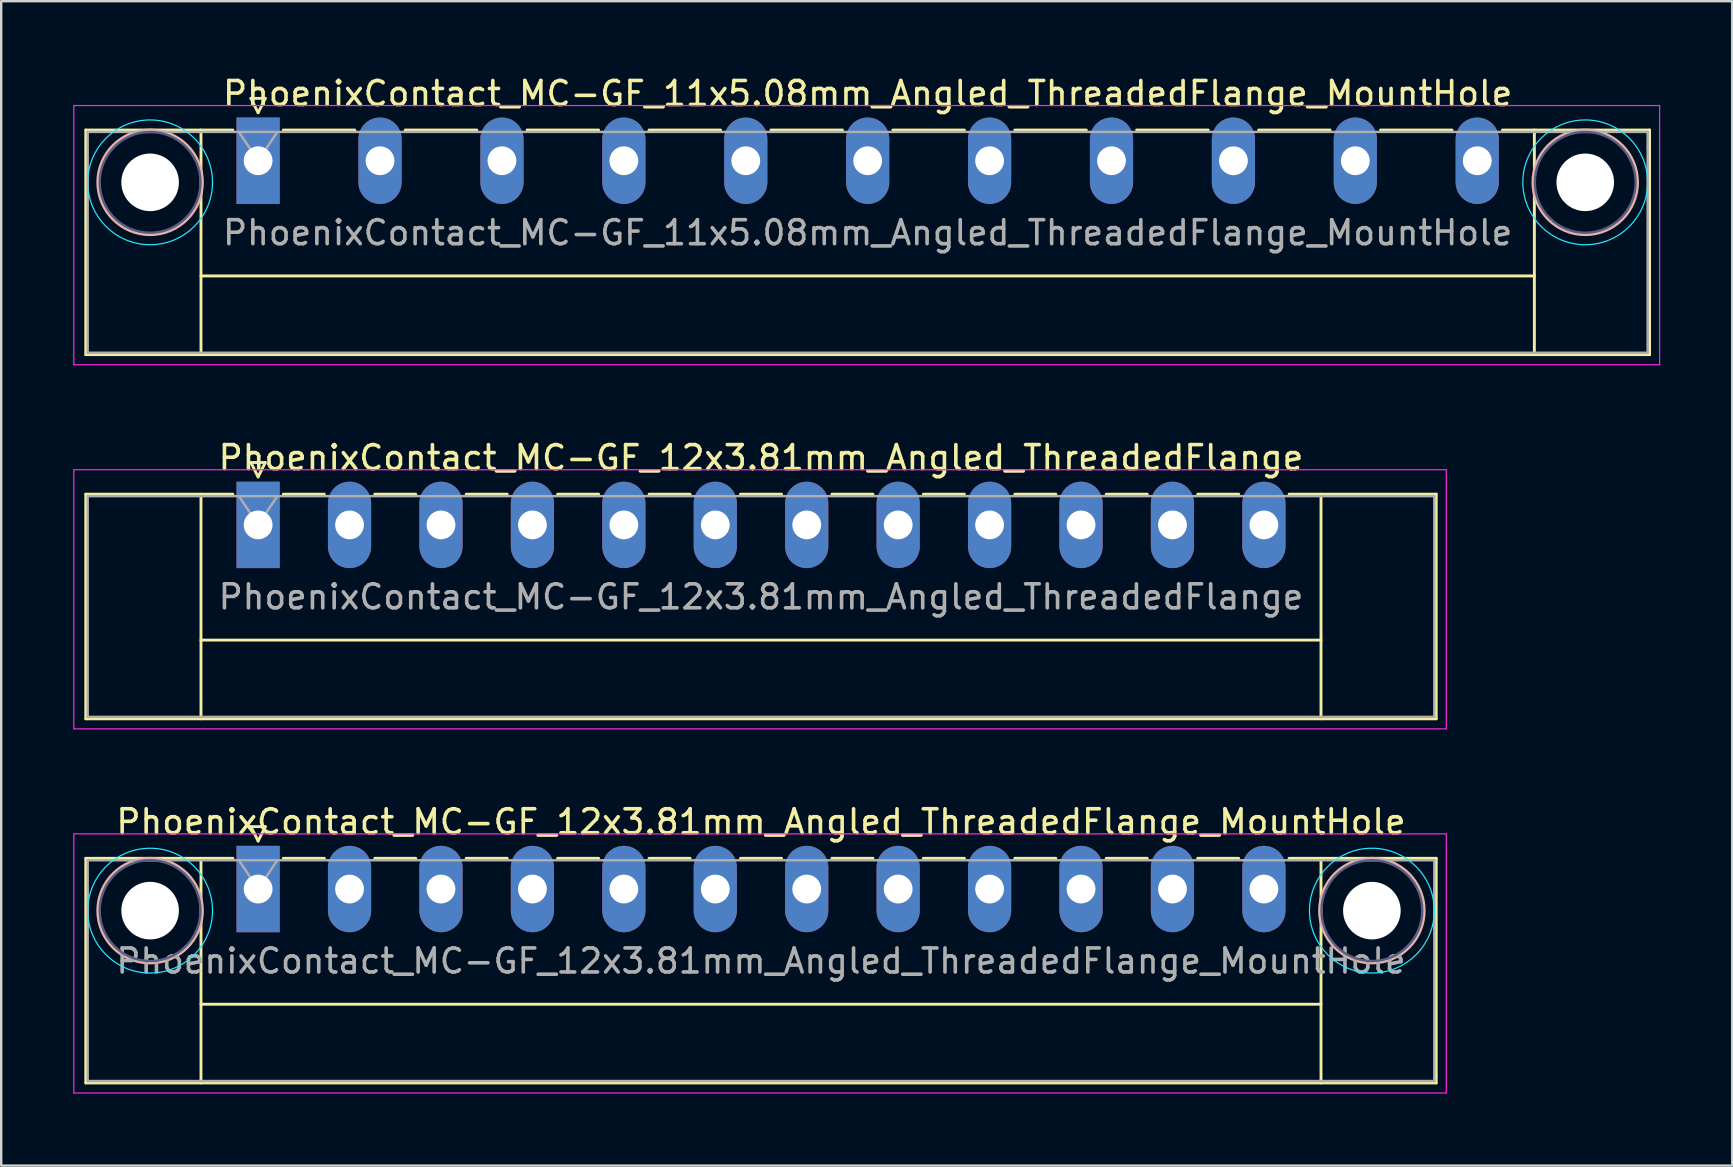
<source format=kicad_pcb>
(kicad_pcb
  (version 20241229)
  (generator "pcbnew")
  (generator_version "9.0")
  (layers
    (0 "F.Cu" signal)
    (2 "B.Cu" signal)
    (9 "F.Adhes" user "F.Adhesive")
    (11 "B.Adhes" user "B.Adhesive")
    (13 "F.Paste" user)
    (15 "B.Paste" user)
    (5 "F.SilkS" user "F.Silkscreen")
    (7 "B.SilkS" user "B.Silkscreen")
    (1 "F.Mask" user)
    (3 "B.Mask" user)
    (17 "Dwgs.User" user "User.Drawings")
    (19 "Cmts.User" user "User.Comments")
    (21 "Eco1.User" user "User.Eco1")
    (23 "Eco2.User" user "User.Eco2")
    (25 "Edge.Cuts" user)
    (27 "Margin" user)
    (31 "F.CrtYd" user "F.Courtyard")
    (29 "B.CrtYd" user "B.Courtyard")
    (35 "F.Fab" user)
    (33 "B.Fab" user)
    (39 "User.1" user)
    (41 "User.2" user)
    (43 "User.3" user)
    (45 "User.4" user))
  (footprint "PhoenixContact_MC-GF_12x3.81mm_Angled_ThreadedFlange"
    (layer "F.Cu")
    (at 7.705 18.822)
    (property "Reference" "PhoenixContact_MC-GF_12x3.81mm_Angled_ThreadedFlange" (at 20.955 -2.8 0) (layer "F.SilkS") (effects (font (size 1 1) (thickness 0.15))))
    (attr through_hole)
    (fp_line (start -7.18 -1.28) (end -7.18 8.08) (stroke (width 0.12) (type solid)) (layer "F.SilkS"))
    (fp_line (start -7.18 -1.28) (end -1.05 -1.28) (stroke (width 0.12) (type solid)) (layer "F.SilkS"))
    (fp_line (start -7.18 8.08) (end 49.09 8.08) (stroke (width 0.12) (type solid)) (layer "F.SilkS"))
    (fp_line (start -2.38 -1.28) (end -2.38 8.08) (stroke (width 0.12) (type solid)) (layer "F.SilkS"))
    (fp_line (start -2.38 4.8) (end 44.29 4.8) (stroke (width 0.12) (type solid)) (layer "F.SilkS"))
    (fp_line (start -0.3 -2.6) (end 0.3 -2.6) (stroke (width 0.12) (type solid)) (layer "F.SilkS"))
    (fp_line (start 0 -2) (end -0.3 -2.6) (stroke (width 0.12) (type solid)) (layer "F.SilkS"))
    (fp_line (start 0.3 -2.6) (end 0 -2) (stroke (width 0.12) (type solid)) (layer "F.SilkS"))
    (fp_line (start 1.05 -1.28) (end 2.76 -1.28) (stroke (width 0.12) (type solid)) (layer "F.SilkS"))
    (fp_line (start 4.86 -1.28) (end 6.57 -1.28) (stroke (width 0.12) (type solid)) (layer "F.SilkS"))
    (fp_line (start 8.67 -1.28) (end 10.38 -1.28) (stroke (width 0.12) (type solid)) (layer "F.SilkS"))
    (fp_line (start 12.48 -1.28) (end 14.19 -1.28) (stroke (width 0.12) (type solid)) (layer "F.SilkS"))
    (fp_line (start 16.29 -1.28) (end 18 -1.28) (stroke (width 0.12) (type solid)) (layer "F.SilkS"))
    (fp_line (start 20.1 -1.28) (end 21.81 -1.28) (stroke (width 0.12) (type solid)) (layer "F.SilkS"))
    (fp_line (start 23.91 -1.28) (end 25.62 -1.28) (stroke (width 0.12) (type solid)) (layer "F.SilkS"))
    (fp_line (start 27.72 -1.28) (end 29.43 -1.28) (stroke (width 0.12) (type solid)) (layer "F.SilkS"))
    (fp_line (start 31.53 -1.28) (end 33.24 -1.28) (stroke (width 0.12) (type solid)) (layer "F.SilkS"))
    (fp_line (start 35.34 -1.28) (end 37.05 -1.28) (stroke (width 0.12) (type solid)) (layer "F.SilkS"))
    (fp_line (start 39.15 -1.28) (end 40.86 -1.28) (stroke (width 0.12) (type solid)) (layer "F.SilkS"))
    (fp_line (start 44.29 -1.28) (end 44.29 8.08) (stroke (width 0.12) (type solid)) (layer "F.SilkS"))
    (fp_line (start 49.09 -1.28) (end 42.96 -1.28) (stroke (width 0.12) (type solid)) (layer "F.SilkS"))
    (fp_line (start 49.09 8.08) (end 49.09 -1.28) (stroke (width 0.12) (type solid)) (layer "F.SilkS"))
    (fp_line (start -7.68 -2.3) (end -7.68 8.5) (stroke (width 0.05) (type solid)) (layer "F.CrtYd"))
    (fp_line (start -7.68 8.5) (end 49.51 8.5) (stroke (width 0.05) (type solid)) (layer "F.CrtYd"))
    (fp_line (start 49.51 -2.3) (end -7.68 -2.3) (stroke (width 0.05) (type solid)) (layer "F.CrtYd"))
    (fp_line (start 49.51 8.5) (end 49.51 -2.3) (stroke (width 0.05) (type solid)) (layer "F.CrtYd"))
    (fp_line (start -7.1 -1.2) (end -7.1 8) (stroke (width 0.1) (type solid)) (layer "F.Fab"))
    (fp_line (start -7.1 8) (end 49.01 8) (stroke (width 0.1) (type solid)) (layer "F.Fab"))
    (fp_line (start 0 0) (end -0.8 -1.2) (stroke (width 0.1) (type solid)) (layer "F.Fab"))
    (fp_line (start 0.8 -1.2) (end 0 0) (stroke (width 0.1) (type solid)) (layer "F.Fab"))
    (fp_line (start 49.01 -1.2) (end -7.1 -1.2) (stroke (width 0.1) (type solid)) (layer "F.Fab"))
    (fp_line (start 49.01 8) (end 49.01 -1.2) (stroke (width 0.1) (type solid)) (layer "F.Fab"))
    (fp_text user "${REFERENCE}" (at 20.955 3 0) (layer "F.Fab") (effects (font (size 1 1) (thickness 0.15))))
    (pad "1" thru_hole rect (at 0 0) (size 1.8 3.6) (drill 1.2) (layers "*.Cu" "*.Mask"))
    (pad "2" thru_hole oval (at 3.81 0) (size 1.8 3.6) (drill 1.2) (layers "*.Cu" "*.Mask"))
    (pad "3" thru_hole oval (at 7.62 0) (size 1.8 3.6) (drill 1.2) (layers "*.Cu" "*.Mask"))
    (pad "4" thru_hole oval (at 11.43 0) (size 1.8 3.6) (drill 1.2) (layers "*.Cu" "*.Mask"))
    (pad "5" thru_hole oval (at 15.24 0) (size 1.8 3.6) (drill 1.2) (layers "*.Cu" "*.Mask"))
    (pad "6" thru_hole oval (at 19.05 0) (size 1.8 3.6) (drill 1.2) (layers "*.Cu" "*.Mask"))
    (pad "7" thru_hole oval (at 22.86 0) (size 1.8 3.6) (drill 1.2) (layers "*.Cu" "*.Mask"))
    (pad "8" thru_hole oval (at 26.67 0) (size 1.8 3.6) (drill 1.2) (layers "*.Cu" "*.Mask"))
    (pad "9" thru_hole oval (at 30.48 0) (size 1.8 3.6) (drill 1.2) (layers "*.Cu" "*.Mask"))
    (pad "10" thru_hole oval (at 34.29 0) (size 1.8 3.6) (drill 1.2) (layers "*.Cu" "*.Mask"))
    (pad "11" thru_hole oval (at 38.1 0) (size 1.8 3.6) (drill 1.2) (layers "*.Cu" "*.Mask"))
    (pad "12" thru_hole oval (at 41.91 0) (size 1.8 3.6) (drill 1.2) (layers "*.Cu" "*.Mask")))
  (footprint "PhoenixContact_MC-GF_12x3.81mm_Angled_ThreadedFlange_MountHole"
    (layer "F.Cu")
    (at 7.705 33.995)
    (property "Reference" "PhoenixContact_MC-GF_12x3.81mm_Angled_ThreadedFlange_MountHole" (at 20.955 -2.8 0) (layer "F.SilkS") (effects (font (size 1 1) (thickness 0.15))))
    (attr through_hole)
    (fp_line (start -7.18 -1.28) (end -7.18 8.08) (stroke (width 0.12) (type solid)) (layer "F.SilkS"))
    (fp_line (start -7.18 -1.28) (end -1.05 -1.28) (stroke (width 0.12) (type solid)) (layer "F.SilkS"))
    (fp_line (start -7.18 8.08) (end 49.09 8.08) (stroke (width 0.12) (type solid)) (layer "F.SilkS"))
    (fp_line (start -2.38 -1.28) (end -2.38 8.08) (stroke (width 0.12) (type solid)) (layer "F.SilkS"))
    (fp_line (start -2.38 4.8) (end 44.29 4.8) (stroke (width 0.12) (type solid)) (layer "F.SilkS"))
    (fp_line (start -0.3 -2.6) (end 0.3 -2.6) (stroke (width 0.12) (type solid)) (layer "F.SilkS"))
    (fp_line (start 0 -2) (end -0.3 -2.6) (stroke (width 0.12) (type solid)) (layer "F.SilkS"))
    (fp_line (start 0.3 -2.6) (end 0 -2) (stroke (width 0.12) (type solid)) (layer "F.SilkS"))
    (fp_line (start 1.05 -1.28) (end 2.76 -1.28) (stroke (width 0.12) (type solid)) (layer "F.SilkS"))
    (fp_line (start 4.86 -1.28) (end 6.57 -1.28) (stroke (width 0.12) (type solid)) (layer "F.SilkS"))
    (fp_line (start 8.67 -1.28) (end 10.38 -1.28) (stroke (width 0.12) (type solid)) (layer "F.SilkS"))
    (fp_line (start 12.48 -1.28) (end 14.19 -1.28) (stroke (width 0.12) (type solid)) (layer "F.SilkS"))
    (fp_line (start 16.29 -1.28) (end 18 -1.28) (stroke (width 0.12) (type solid)) (layer "F.SilkS"))
    (fp_line (start 20.1 -1.28) (end 21.81 -1.28) (stroke (width 0.12) (type solid)) (layer "F.SilkS"))
    (fp_line (start 23.91 -1.28) (end 25.62 -1.28) (stroke (width 0.12) (type solid)) (layer "F.SilkS"))
    (fp_line (start 27.72 -1.28) (end 29.43 -1.28) (stroke (width 0.12) (type solid)) (layer "F.SilkS"))
    (fp_line (start 31.53 -1.28) (end 33.24 -1.28) (stroke (width 0.12) (type solid)) (layer "F.SilkS"))
    (fp_line (start 35.34 -1.28) (end 37.05 -1.28) (stroke (width 0.12) (type solid)) (layer "F.SilkS"))
    (fp_line (start 39.15 -1.28) (end 40.86 -1.28) (stroke (width 0.12) (type solid)) (layer "F.SilkS"))
    (fp_line (start 44.29 -1.28) (end 44.29 8.08) (stroke (width 0.12) (type solid)) (layer "F.SilkS"))
    (fp_line (start 49.09 -1.28) (end 42.96 -1.28) (stroke (width 0.12) (type solid)) (layer "F.SilkS"))
    (fp_line (start 49.09 8.08) (end 49.09 -1.28) (stroke (width 0.12) (type solid)) (layer "F.SilkS"))
    (fp_circle (center -4.5 0.9) (end -2.32 0.9) (stroke (width 0.12) (type solid)) (fill no) (layer "B.SilkS"))
    (fp_circle (center 46.41 0.9) (end 48.59 0.9) (stroke (width 0.12) (type solid)) (fill no) (layer "B.SilkS"))
    (fp_circle (center -4.5 0.9) (end -1.9 0.9) (stroke (width 0.05) (type solid)) (fill no) (layer "B.CrtYd"))
    (fp_circle (center 46.41 0.9) (end 49.01 0.9) (stroke (width 0.05) (type solid)) (fill no) (layer "B.CrtYd"))
    (fp_line (start -7.68 -2.3) (end -7.68 8.5) (stroke (width 0.05) (type solid)) (layer "F.CrtYd"))
    (fp_line (start -7.68 8.5) (end 49.51 8.5) (stroke (width 0.05) (type solid)) (layer "F.CrtYd"))
    (fp_line (start 49.51 -2.3) (end -7.68 -2.3) (stroke (width 0.05) (type solid)) (layer "F.CrtYd"))
    (fp_line (start 49.51 8.5) (end 49.51 -2.3) (stroke (width 0.05) (type solid)) (layer "F.CrtYd"))
    (fp_circle (center -4.5 0.9) (end -2.4 0.9) (stroke (width 0.1) (type solid)) (fill no) (layer "B.Fab"))
    (fp_circle (center 46.41 0.9) (end 48.51 0.9) (stroke (width 0.1) (type solid)) (fill no) (layer "B.Fab"))
    (fp_line (start -7.1 -1.2) (end -7.1 8) (stroke (width 0.1) (type solid)) (layer "F.Fab"))
    (fp_line (start -7.1 8) (end 49.01 8) (stroke (width 0.1) (type solid)) (layer "F.Fab"))
    (fp_line (start 0 0) (end -0.8 -1.2) (stroke (width 0.1) (type solid)) (layer "F.Fab"))
    (fp_line (start 0.8 -1.2) (end 0 0) (stroke (width 0.1) (type solid)) (layer "F.Fab"))
    (fp_line (start 49.01 -1.2) (end -7.1 -1.2) (stroke (width 0.1) (type solid)) (layer "F.Fab"))
    (fp_line (start 49.01 8) (end 49.01 -1.2) (stroke (width 0.1) (type solid)) (layer "F.Fab"))
    (fp_text user "${REFERENCE}" (at 20.955 3 0) (layer "F.Fab") (effects (font (size 1 1) (thickness 0.15))))
    (pad "" np_thru_hole circle (at -4.5 0.9) (size 2.4 2.4) (drill 2.4) (layers "*.Cu" "*.Mask"))
    (pad "" np_thru_hole circle (at 46.41 0.9) (size 2.4 2.4) (drill 2.4) (layers "*.Cu" "*.Mask"))
    (pad "1" thru_hole rect (at 0 0) (size 1.8 3.6) (drill 1.2) (layers "*.Cu" "*.Mask"))
    (pad "2" thru_hole oval (at 3.81 0) (size 1.8 3.6) (drill 1.2) (layers "*.Cu" "*.Mask"))
    (pad "3" thru_hole oval (at 7.62 0) (size 1.8 3.6) (drill 1.2) (layers "*.Cu" "*.Mask"))
    (pad "4" thru_hole oval (at 11.43 0) (size 1.8 3.6) (drill 1.2) (layers "*.Cu" "*.Mask"))
    (pad "5" thru_hole oval (at 15.24 0) (size 1.8 3.6) (drill 1.2) (layers "*.Cu" "*.Mask"))
    (pad "6" thru_hole oval (at 19.05 0) (size 1.8 3.6) (drill 1.2) (layers "*.Cu" "*.Mask"))
    (pad "7" thru_hole oval (at 22.86 0) (size 1.8 3.6) (drill 1.2) (layers "*.Cu" "*.Mask"))
    (pad "8" thru_hole oval (at 26.67 0) (size 1.8 3.6) (drill 1.2) (layers "*.Cu" "*.Mask"))
    (pad "9" thru_hole oval (at 30.48 0) (size 1.8 3.6) (drill 1.2) (layers "*.Cu" "*.Mask"))
    (pad "10" thru_hole oval (at 34.29 0) (size 1.8 3.6) (drill 1.2) (layers "*.Cu" "*.Mask"))
    (pad "11" thru_hole oval (at 38.1 0) (size 1.8 3.6) (drill 1.2) (layers "*.Cu" "*.Mask"))
    (pad "12" thru_hole oval (at 41.91 0) (size 1.8 3.6) (drill 1.2) (layers "*.Cu" "*.Mask")))
  (footprint "PhoenixContact_MC-GF_11x5.08mm_Angled_ThreadedFlange_MountHole"
    (layer "F.Cu")
    (at 7.705 3.648)
    (property "Reference" "PhoenixContact_MC-GF_11x5.08mm_Angled_ThreadedFlange_MountHole" (at 25.4 -2.8 0) (layer "F.SilkS") (effects (font (size 1 1) (thickness 0.15))))
    (attr through_hole)
    (fp_line (start -7.18 -1.28) (end -7.18 8.08) (stroke (width 0.12) (type solid)) (layer "F.SilkS"))
    (fp_line (start -7.18 -1.28) (end -1.05 -1.28) (stroke (width 0.12) (type solid)) (layer "F.SilkS"))
    (fp_line (start -7.18 8.08) (end 57.98 8.08) (stroke (width 0.12) (type solid)) (layer "F.SilkS"))
    (fp_line (start -2.38 -1.28) (end -2.38 8.08) (stroke (width 0.12) (type solid)) (layer "F.SilkS"))
    (fp_line (start -2.38 4.8) (end 53.18 4.8) (stroke (width 0.12) (type solid)) (layer "F.SilkS"))
    (fp_line (start -0.3 -2.6) (end 0.3 -2.6) (stroke (width 0.12) (type solid)) (layer "F.SilkS"))
    (fp_line (start 0 -2) (end -0.3 -2.6) (stroke (width 0.12) (type solid)) (layer "F.SilkS"))
    (fp_line (start 0.3 -2.6) (end 0 -2) (stroke (width 0.12) (type solid)) (layer "F.SilkS"))
    (fp_line (start 1.05 -1.28) (end 4.03 -1.28) (stroke (width 0.12) (type solid)) (layer "F.SilkS"))
    (fp_line (start 6.13 -1.28) (end 9.11 -1.28) (stroke (width 0.12) (type solid)) (layer "F.SilkS"))
    (fp_line (start 11.21 -1.28) (end 14.19 -1.28) (stroke (width 0.12) (type solid)) (layer "F.SilkS"))
    (fp_line (start 16.29 -1.28) (end 19.27 -1.28) (stroke (width 0.12) (type solid)) (layer "F.SilkS"))
    (fp_line (start 21.37 -1.28) (end 24.35 -1.28) (stroke (width 0.12) (type solid)) (layer "F.SilkS"))
    (fp_line (start 26.45 -1.28) (end 29.43 -1.28) (stroke (width 0.12) (type solid)) (layer "F.SilkS"))
    (fp_line (start 31.53 -1.28) (end 34.51 -1.28) (stroke (width 0.12) (type solid)) (layer "F.SilkS"))
    (fp_line (start 36.61 -1.28) (end 39.59 -1.28) (stroke (width 0.12) (type solid)) (layer "F.SilkS"))
    (fp_line (start 41.69 -1.28) (end 44.67 -1.28) (stroke (width 0.12) (type solid)) (layer "F.SilkS"))
    (fp_line (start 46.77 -1.28) (end 49.75 -1.28) (stroke (width 0.12) (type solid)) (layer "F.SilkS"))
    (fp_line (start 53.18 -1.28) (end 53.18 8.08) (stroke (width 0.12) (type solid)) (layer "F.SilkS"))
    (fp_line (start 57.98 -1.28) (end 51.85 -1.28) (stroke (width 0.12) (type solid)) (layer "F.SilkS"))
    (fp_line (start 57.98 8.08) (end 57.98 -1.28) (stroke (width 0.12) (type solid)) (layer "F.SilkS"))
    (fp_circle (center -4.5 0.9) (end -2.32 0.9) (stroke (width 0.12) (type solid)) (fill no) (layer "B.SilkS"))
    (fp_circle (center 55.3 0.9) (end 57.48 0.9) (stroke (width 0.12) (type solid)) (fill no) (layer "B.SilkS"))
    (fp_circle (center -4.5 0.9) (end -1.9 0.9) (stroke (width 0.05) (type solid)) (fill no) (layer "B.CrtYd"))
    (fp_circle (center 55.3 0.9) (end 57.9 0.9) (stroke (width 0.05) (type solid)) (fill no) (layer "B.CrtYd"))
    (fp_line (start -7.68 -2.3) (end -7.68 8.5) (stroke (width 0.05) (type solid)) (layer "F.CrtYd"))
    (fp_line (start -7.68 8.5) (end 58.4 8.5) (stroke (width 0.05) (type solid)) (layer "F.CrtYd"))
    (fp_line (start 58.4 -2.3) (end -7.68 -2.3) (stroke (width 0.05) (type solid)) (layer "F.CrtYd"))
    (fp_line (start 58.4 8.5) (end 58.4 -2.3) (stroke (width 0.05) (type solid)) (layer "F.CrtYd"))
    (fp_circle (center -4.5 0.9) (end -2.4 0.9) (stroke (width 0.1) (type solid)) (fill no) (layer "B.Fab"))
    (fp_circle (center 55.3 0.9) (end 57.4 0.9) (stroke (width 0.1) (type solid)) (fill no) (layer "B.Fab"))
    (fp_line (start -7.1 -1.2) (end -7.1 8) (stroke (width 0.1) (type solid)) (layer "F.Fab"))
    (fp_line (start -7.1 8) (end 57.9 8) (stroke (width 0.1) (type solid)) (layer "F.Fab"))
    (fp_line (start 0 0) (end -0.8 -1.2) (stroke (width 0.1) (type solid)) (layer "F.Fab"))
    (fp_line (start 0.8 -1.2) (end 0 0) (stroke (width 0.1) (type solid)) (layer "F.Fab"))
    (fp_line (start 57.9 -1.2) (end -7.1 -1.2) (stroke (width 0.1) (type solid)) (layer "F.Fab"))
    (fp_line (start 57.9 8) (end 57.9 -1.2) (stroke (width 0.1) (type solid)) (layer "F.Fab"))
    (fp_text user "${REFERENCE}" (at 25.4 3 0) (layer "F.Fab") (effects (font (size 1 1) (thickness 0.15))))
    (pad "" np_thru_hole circle (at -4.5 0.9) (size 2.4 2.4) (drill 2.4) (layers "*.Cu" "*.Mask"))
    (pad "" np_thru_hole circle (at 55.3 0.9) (size 2.4 2.4) (drill 2.4) (layers "*.Cu" "*.Mask"))
    (pad "1" thru_hole rect (at 0 0) (size 1.8 3.6) (drill 1.2) (layers "*.Cu" "*.Mask"))
    (pad "2" thru_hole oval (at 5.08 0) (size 1.8 3.6) (drill 1.2) (layers "*.Cu" "*.Mask"))
    (pad "3" thru_hole oval (at 10.16 0) (size 1.8 3.6) (drill 1.2) (layers "*.Cu" "*.Mask"))
    (pad "4" thru_hole oval (at 15.24 0) (size 1.8 3.6) (drill 1.2) (layers "*.Cu" "*.Mask"))
    (pad "5" thru_hole oval (at 20.32 0) (size 1.8 3.6) (drill 1.2) (layers "*.Cu" "*.Mask"))
    (pad "6" thru_hole oval (at 25.4 0) (size 1.8 3.6) (drill 1.2) (layers "*.Cu" "*.Mask"))
    (pad "7" thru_hole oval (at 30.48 0) (size 1.8 3.6) (drill 1.2) (layers "*.Cu" "*.Mask"))
    (pad "8" thru_hole oval (at 35.56 0) (size 1.8 3.6) (drill 1.2) (layers "*.Cu" "*.Mask"))
    (pad "9" thru_hole oval (at 40.64 0) (size 1.8 3.6) (drill 1.2) (layers "*.Cu" "*.Mask"))
    (pad "10" thru_hole oval (at 45.72 0) (size 1.8 3.6) (drill 1.2) (layers "*.Cu" "*.Mask"))
    (pad "11" thru_hole oval (at 50.8 0) (size 1.8 3.6) (drill 1.2) (layers "*.Cu" "*.Mask")))
  (gr_rect
    (start -3 -3)
    (end 69.13 45.52)
    (stroke (width 0.1) (type default))
    (fill no)
    (layer "Edge.Cuts")))
</source>
